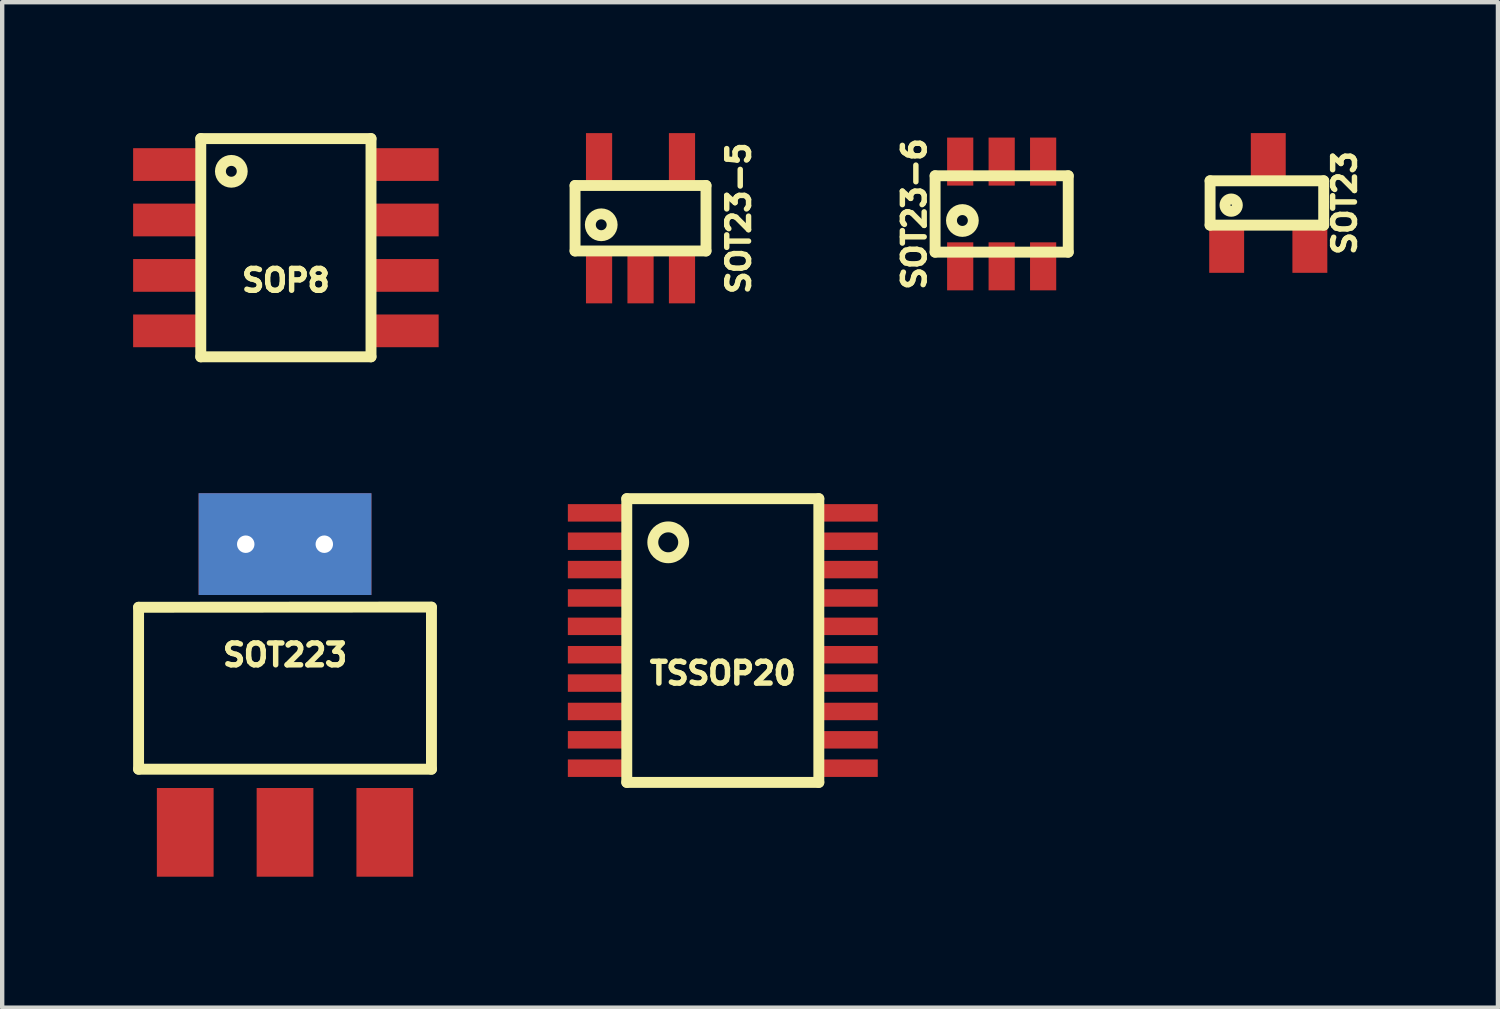
<source format=kicad_pcb>
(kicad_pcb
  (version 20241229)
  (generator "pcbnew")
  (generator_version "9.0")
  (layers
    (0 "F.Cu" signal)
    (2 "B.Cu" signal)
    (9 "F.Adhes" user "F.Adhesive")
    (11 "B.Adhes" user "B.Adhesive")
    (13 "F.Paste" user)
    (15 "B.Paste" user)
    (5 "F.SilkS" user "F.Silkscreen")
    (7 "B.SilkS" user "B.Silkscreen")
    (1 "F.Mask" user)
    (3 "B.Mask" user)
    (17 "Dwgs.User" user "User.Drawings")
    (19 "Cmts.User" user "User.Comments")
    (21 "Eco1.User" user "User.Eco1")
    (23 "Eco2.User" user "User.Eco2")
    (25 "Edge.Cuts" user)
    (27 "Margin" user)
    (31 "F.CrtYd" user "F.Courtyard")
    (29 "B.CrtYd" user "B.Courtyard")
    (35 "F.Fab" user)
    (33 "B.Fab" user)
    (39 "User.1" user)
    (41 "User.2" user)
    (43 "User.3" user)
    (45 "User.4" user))
  (footprint "SOT223"
    (layer "F.Cu")
    (at 3.48 12.718)
    (property "Reference" "SOT223" (at 0 -0.762 0) (layer "F.SilkS") (effects (font (size 0.5 0.5) (thickness 0.125))))
    (attr smd)
    (fp_line (start -3.355 1.855) (end -3.355 -1.855) (stroke (width 0.25) (type solid)) (layer "F.SilkS"))
    (fp_line (start -3.355 1.855) (end 3.355 1.855) (stroke (width 0.25) (type solid)) (layer "F.SilkS"))
    (fp_line (start 3.355 -1.86) (end -3.355 -1.855) (stroke (width 0.25) (type solid)) (layer "F.SilkS"))
    (fp_line (start 3.355 -1.855) (end 3.355 1.855) (stroke (width 0.25) (type solid)) (layer "F.SilkS"))
    (pad "1" smd rect (at -2.286 3.302) (size 1.3 2.032) (layers "F.Cu" "F.Mask" "F.Paste"))
    (pad "2" smd rect (at 0 3.302) (size 1.3 2.032) (layers "F.Cu" "F.Mask" "F.Paste"))
    (pad "3" smd rect (at 2.286 3.302) (size 1.3 2.032) (layers "F.Cu" "F.Mask" "F.Paste"))
    (pad "4" thru_hole circle (at -0.9 -3.3) (size 0.8 0.8) (drill 0.4) (layers "*.Cu"))
    (pad "4" smd rect (at 0 -3.302) (size 3.958 2.332) (layers "F.Cu" "F.Mask" "F.Paste"))
    (pad "4" smd rect (at 0 -3.302) (size 3.958 2.332) (layers "B.Cu" "B.Mask"))
    (pad "4" thru_hole circle (at 0.9 -3.3) (size 0.8 0.8) (drill 0.4) (layers "*.Cu")))
  (footprint "SOT23-5"
    (layer "F.Cu")
    (at 11.625 1.95)
    (property "Reference" "SOT23-5" (at 2.25 0 90) (layer "F.SilkS") (effects (font (size 0.5 0.5) (thickness 0.125))))
    (attr smd)
    (fp_line (start -1.5 -0.75) (end 1.5 -0.75) (stroke (width 0.25) (type solid)) (layer "F.SilkS"))
    (fp_line (start -1.5 0.75) (end -1.5 -0.75) (stroke (width 0.25) (type solid)) (layer "F.SilkS"))
    (fp_line (start 1.5 -0.75) (end 1.5 0.75) (stroke (width 0.25) (type solid)) (layer "F.SilkS"))
    (fp_line (start 1.5 0.75) (end -1.5 0.75) (stroke (width 0.25) (type solid)) (layer "F.SilkS"))
    (fp_circle (center -0.9 0.15) (end -0.7 0.3) (stroke (width 0.25) (type solid)) (fill no) (layer "F.SilkS"))
    (pad "1" smd rect (at -0.95 1.4) (size 0.6 1.1) (layers "F.Cu" "F.Mask" "F.Paste"))
    (pad "2" smd rect (at 0 1.4) (size 0.6 1.1) (layers "F.Cu" "F.Mask" "F.Paste"))
    (pad "3" smd rect (at 0.95 1.4) (size 0.6 1.1) (layers "F.Cu" "F.Mask" "F.Paste"))
    (pad "4" smd rect (at 0.95 -1.4) (size 0.6 1.1) (layers "F.Cu" "F.Mask" "F.Paste"))
    (pad "5" smd rect (at -0.95 -1.4) (size 0.6 1.1) (layers "F.Cu" "F.Mask" "F.Paste")))
  (footprint "SOT23"
    (layer "F.Cu")
    (at 26.007 1.6)
    (property "Reference" "SOT23" (at 1.75 0 90) (layer "F.SilkS") (effects (font (size 0.5 0.5) (thickness 0.125))))
    (attr through_hole)
    (fp_line (start -1.333 -0.508) (end -1.333 0.508) (stroke (width 0.25) (type solid)) (layer "F.SilkS"))
    (fp_line (start -1.333 -0.508) (end 1.27 -0.508) (stroke (width 0.25) (type solid)) (layer "F.SilkS"))
    (fp_line (start 1.27 -0.508) (end 1.27 0.508) (stroke (width 0.25) (type solid)) (layer "F.SilkS"))
    (fp_line (start 1.27 0.508) (end -1.333 0.508) (stroke (width 0.25) (type solid)) (layer "F.SilkS"))
    (fp_circle (center -0.85 0.05) (end -0.75 0.15) (stroke (width 0.25) (type solid)) (fill no) (layer "F.SilkS"))
    (pad "1" smd rect (at -0.953 1.1) (size 0.8 1.001) (layers "F.Cu" "F.Mask" "F.Paste"))
    (pad "2" smd rect (at 0.953 1.1) (size 0.8 1.001) (layers "F.Cu" "F.Mask" "F.Paste"))
    (pad "3" smd rect (at 0 -1.1) (size 0.8 1.001) (layers "F.Cu" "F.Mask" "F.Paste")))
  (footprint "SOT23-6"
    (layer "F.Cu")
    (at 19.899 1.852)
    (property "Reference" "SOT23-6" (at -2 0 90) (layer "F.SilkS") (effects (font (size 0.5 0.5) (thickness 0.125))))
    (attr smd)
    (fp_line (start -1.525 -0.875) (end 1.525 -0.875) (stroke (width 0.25) (type solid)) (layer "F.SilkS"))
    (fp_line (start -1.525 0.875) (end -1.525 -0.875) (stroke (width 0.25) (type solid)) (layer "F.SilkS"))
    (fp_line (start 1.525 -0.875) (end 1.525 0.875) (stroke (width 0.25) (type solid)) (layer "F.SilkS"))
    (fp_line (start 1.525 0.875) (end -1.525 0.875) (stroke (width 0.25) (type solid)) (layer "F.SilkS"))
    (fp_circle (center -0.9 0.15) (end -0.7 0.3) (stroke (width 0.25) (type solid)) (fill no) (layer "F.SilkS"))
    (pad "1" smd rect (at -0.95 1.2) (size 0.6 1.1) (layers "F.Cu" "F.Mask" "F.Paste"))
    (pad "2" smd rect (at 0 1.2) (size 0.6 1.1) (layers "F.Cu" "F.Mask" "F.Paste"))
    (pad "3" smd rect (at 0.95 1.2) (size 0.6 1.1) (layers "F.Cu" "F.Mask" "F.Paste"))
    (pad "4" smd rect (at 0.95 -1.2) (size 0.6 1.1) (layers "F.Cu" "F.Mask" "F.Paste"))
    (pad "5" smd rect (at 0 -1.2) (size 0.6 1.1) (layers "F.Cu" "F.Mask" "F.Paste"))
    (pad "6" smd rect (at -0.95 -1.2) (size 0.6 1.1) (layers "F.Cu" "F.Mask" "F.Paste")))
  (footprint "TSSOP20"
    (layer "F.Cu")
    (at 13.51 11.625)
    (property "Reference" "TSSOP20" (at 0 0.75 0) (layer "F.SilkS") (effects (font (size 0.5 0.5) (thickness 0.125))))
    (attr through_hole)
    (fp_line (start -2.2 -3.25) (end -2.2 3.25) (stroke (width 0.25) (type solid)) (layer "F.SilkS"))
    (fp_line (start -2.2 3.25) (end 2.2 3.25) (stroke (width 0.25) (type solid)) (layer "F.SilkS"))
    (fp_line (start 2.2 -3.25) (end -2.2 -3.25) (stroke (width 0.25) (type solid)) (layer "F.SilkS"))
    (fp_line (start 2.2 3.25) (end 2.2 -3.25) (stroke (width 0.25) (type solid)) (layer "F.SilkS"))
    (fp_circle (center -1.25 -2.25) (end -1 -2) (stroke (width 0.25) (type solid)) (fill no) (layer "F.SilkS"))
    (pad "1" smd rect (at -2.875 -2.925) (size 1.35 0.4) (layers "F.Cu" "F.Mask" "F.Paste"))
    (pad "2" smd rect (at -2.875 -2.275) (size 1.35 0.4) (layers "F.Cu" "F.Mask" "F.Paste"))
    (pad "3" smd rect (at -2.875 -1.625) (size 1.35 0.4) (layers "F.Cu" "F.Mask" "F.Paste"))
    (pad "4" smd rect (at -2.875 -0.975) (size 1.35 0.4) (layers "F.Cu" "F.Mask" "F.Paste"))
    (pad "5" smd rect (at -2.875 -0.325) (size 1.35 0.4) (layers "F.Cu" "F.Mask" "F.Paste"))
    (pad "6" smd rect (at -2.875 0.325) (size 1.35 0.4) (layers "F.Cu" "F.Mask" "F.Paste"))
    (pad "7" smd rect (at -2.875 0.975) (size 1.35 0.4) (layers "F.Cu" "F.Mask" "F.Paste"))
    (pad "8" smd rect (at -2.875 1.625) (size 1.35 0.4) (layers "F.Cu" "F.Mask" "F.Paste"))
    (pad "9" smd rect (at -2.875 2.275) (size 1.35 0.4) (layers "F.Cu" "F.Mask" "F.Paste"))
    (pad "10" smd rect (at -2.875 2.925) (size 1.35 0.4) (layers "F.Cu" "F.Mask" "F.Paste"))
    (pad "11" smd rect (at 2.875 2.925) (size 1.35 0.4) (layers "F.Cu" "F.Mask" "F.Paste"))
    (pad "12" smd rect (at 2.875 2.275) (size 1.35 0.4) (layers "F.Cu" "F.Mask" "F.Paste"))
    (pad "13" smd rect (at 2.875 1.625) (size 1.35 0.4) (layers "F.Cu" "F.Mask" "F.Paste"))
    (pad "14" smd rect (at 2.875 0.975) (size 1.35 0.4) (layers "F.Cu" "F.Mask" "F.Paste"))
    (pad "15" smd rect (at 2.875 0.325) (size 1.35 0.4) (layers "F.Cu" "F.Mask" "F.Paste"))
    (pad "16" smd rect (at 2.875 -0.325) (size 1.35 0.4) (layers "F.Cu" "F.Mask" "F.Paste"))
    (pad "17" smd rect (at 2.875 -0.975) (size 1.35 0.4) (layers "F.Cu" "F.Mask" "F.Paste"))
    (pad "18" smd rect (at 2.875 -1.625) (size 1.35 0.4) (layers "F.Cu" "F.Mask" "F.Paste"))
    (pad "19" smd rect (at 2.875 -2.275) (size 1.35 0.4) (layers "F.Cu" "F.Mask" "F.Paste"))
    (pad "20" smd rect (at 2.875 -2.925) (size 1.35 0.4) (layers "F.Cu" "F.Mask" "F.Paste")))
  (footprint "SOP8"
    (layer "F.Cu")
    (at 3.5 2.625)
    (property "Reference" "SOP8" (at 0 0.75 0) (layer "F.SilkS") (effects (font (size 0.5 0.5) (thickness 0.125))))
    (attr through_hole)
    (fp_line (start -1.95 -2.5) (end -1.95 2.5) (stroke (width 0.25) (type solid)) (layer "F.SilkS"))
    (fp_line (start -1.95 -2.5) (end 1.95 -2.5) (stroke (width 0.25) (type solid)) (layer "F.SilkS"))
    (fp_line (start -1.95 2.5) (end 1.95 2.5) (stroke (width 0.25) (type solid)) (layer "F.SilkS"))
    (fp_line (start 1.95 -2.5) (end 1.95 2.5) (stroke (width 0.25) (type solid)) (layer "F.SilkS"))
    (fp_circle (center -1.25 -1.75) (end -1 -1.75) (stroke (width 0.25) (type solid)) (fill no) (layer "F.SilkS"))
    (pad "1" smd rect (at -2.75 -1.905) (size 1.5 0.75) (layers "F.Cu"))
    (pad "2" smd rect (at -2.75 -0.635) (size 1.5 0.75) (layers "F.Cu" "F.Mask" "F.Paste"))
    (pad "3" smd rect (at -2.75 0.635) (size 1.5 0.75) (layers "F.Cu" "F.Mask" "F.Paste"))
    (pad "4" smd rect (at -2.75 1.905) (size 1.5 0.75) (layers "F.Cu" "F.Mask" "F.Paste"))
    (pad "5" smd rect (at 2.75 1.905) (size 1.5 0.75) (layers "F.Cu" "F.Mask" "F.Paste"))
    (pad "6" smd rect (at 2.75 0.635) (size 1.5 0.75) (layers "F.Cu" "F.Mask" "F.Paste"))
    (pad "7" smd rect (at 2.75 -0.635) (size 1.5 0.75) (layers "F.Cu" "F.Mask" "F.Paste"))
    (pad "8" smd rect (at 2.75 -1.905) (size 1.5 0.75) (layers "F.Cu" "F.Mask" "F.Paste")))
  (gr_rect
    (start -3 -3)
    (end 31.269 20.036)
    (stroke (width 0.1) (type default))
    (fill no)
    (layer "Edge.Cuts")))
</source>
